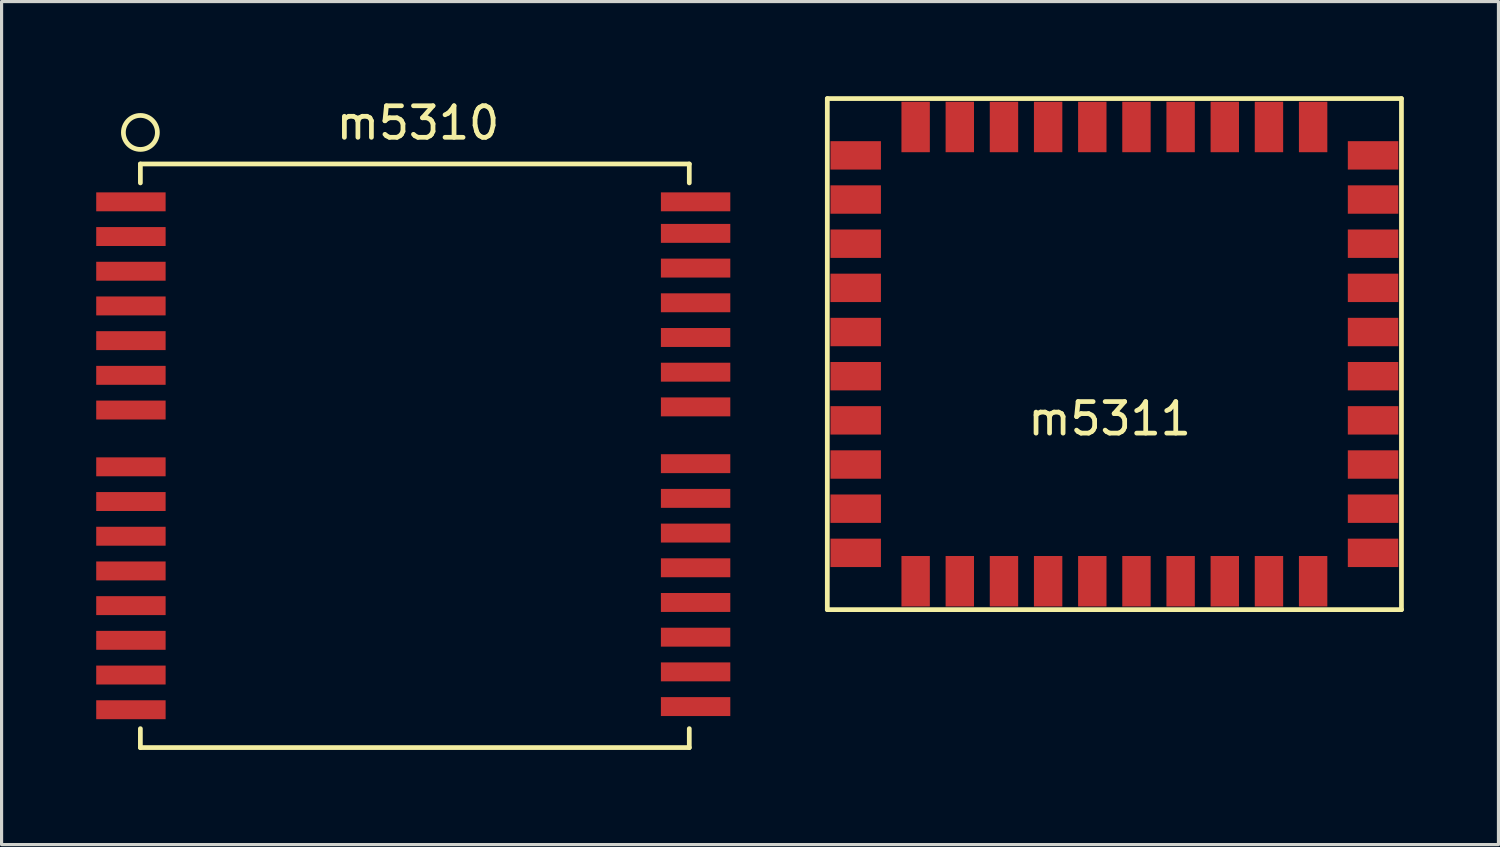
<source format=kicad_pcb>
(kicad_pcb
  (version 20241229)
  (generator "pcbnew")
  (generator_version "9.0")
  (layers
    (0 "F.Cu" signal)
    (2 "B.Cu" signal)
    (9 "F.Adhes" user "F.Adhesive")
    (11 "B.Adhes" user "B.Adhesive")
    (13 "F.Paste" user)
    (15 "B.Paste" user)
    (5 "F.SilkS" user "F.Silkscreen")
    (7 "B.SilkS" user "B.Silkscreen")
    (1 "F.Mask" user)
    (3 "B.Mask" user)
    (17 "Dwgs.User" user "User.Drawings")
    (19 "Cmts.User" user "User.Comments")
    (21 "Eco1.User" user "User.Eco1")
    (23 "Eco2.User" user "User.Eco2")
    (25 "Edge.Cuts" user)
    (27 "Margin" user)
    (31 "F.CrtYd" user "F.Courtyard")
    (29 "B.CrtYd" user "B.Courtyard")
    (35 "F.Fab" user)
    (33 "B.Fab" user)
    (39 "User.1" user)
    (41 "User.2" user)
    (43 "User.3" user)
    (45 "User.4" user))
  (footprint "m5310"
    (layer "F.Cu")
    (at 1.4 3.348)
    (property "Reference" "m5310" (at 8.8 -2.5 0) (layer "F.SilkS") (effects (font (size 1 1) (thickness 0.15))))
    (attr through_hole)
    (fp_line (start 0 -1.2) (end 17.4 -1.2) (stroke (width 0.15) (type solid)) (layer "F.SilkS"))
    (fp_line (start 0 -0.6) (end 0 -1.2) (stroke (width 0.15) (type solid)) (layer "F.SilkS"))
    (fp_line (start 0 16.7) (end 0 17.3) (stroke (width 0.15) (type solid)) (layer "F.SilkS"))
    (fp_line (start 0 17.3) (end 17.4 17.3) (stroke (width 0.15) (type solid)) (layer "F.SilkS"))
    (fp_line (start 17.4 -0.6) (end 17.4 -1.2) (stroke (width 0.15) (type solid)) (layer "F.SilkS"))
    (fp_line (start 17.4 17.3) (end 17.4 16.7) (stroke (width 0.15) (type solid)) (layer "F.SilkS"))
    (fp_circle (center 0 -2.2) (end 0.2 -2.7) (stroke (width 0.15) (type solid)) (fill no) (layer "F.SilkS"))
    (pad "1" smd rect (at -0.3 0) (size 2.2 0.6) (layers "F.Cu" "F.Mask" "F.Paste"))
    (pad "2" smd rect (at -0.3 1.1) (size 2.2 0.6) (layers "F.Cu" "F.Mask" "F.Paste"))
    (pad "3" smd rect (at -0.3 2.2) (size 2.2 0.6) (layers "F.Cu" "F.Mask" "F.Paste"))
    (pad "4" smd rect (at -0.3 3.3) (size 2.2 0.6) (layers "F.Cu" "F.Mask" "F.Paste"))
    (pad "5" smd rect (at -0.3 4.4) (size 2.2 0.6) (layers "F.Cu" "F.Mask" "F.Paste"))
    (pad "6" smd rect (at -0.3 5.5) (size 2.2 0.6) (layers "F.Cu" "F.Mask" "F.Paste"))
    (pad "7" smd rect (at -0.3 6.6) (size 2.2 0.6) (layers "F.Cu" "F.Mask" "F.Paste"))
    (pad "8" smd rect (at -0.3 8.4) (size 2.2 0.6) (layers "F.Cu" "F.Mask" "F.Paste"))
    (pad "9" smd rect (at -0.3 9.5) (size 2.2 0.6) (layers "F.Cu" "F.Mask" "F.Paste"))
    (pad "10" smd rect (at -0.3 10.6) (size 2.2 0.6) (layers "F.Cu" "F.Mask" "F.Paste"))
    (pad "11" smd rect (at -0.3 11.7) (size 2.2 0.6) (layers "F.Cu" "F.Mask" "F.Paste"))
    (pad "12" smd rect (at -0.3 12.8) (size 2.2 0.6) (layers "F.Cu" "F.Mask" "F.Paste"))
    (pad "13" smd rect (at -0.3 13.9) (size 2.2 0.6) (layers "F.Cu" "F.Mask" "F.Paste"))
    (pad "14" smd rect (at -0.3 15) (size 2.2 0.6) (layers "F.Cu" "F.Mask" "F.Paste"))
    (pad "15" smd rect (at -0.3 16.1) (size 2.2 0.6) (layers "F.Cu" "F.Mask" "F.Paste"))
    (pad "16" smd rect (at 17.6 16) (size 2.2 0.6) (layers "F.Cu" "F.Mask" "F.Paste"))
    (pad "17" smd rect (at 17.6 14.9) (size 2.2 0.6) (layers "F.Cu" "F.Mask" "F.Paste"))
    (pad "18" smd rect (at 17.6 13.8) (size 2.2 0.6) (layers "F.Cu" "F.Mask" "F.Paste"))
    (pad "19" smd rect (at 17.6 12.7) (size 2.2 0.6) (layers "F.Cu" "F.Mask" "F.Paste"))
    (pad "20" smd rect (at 17.6 11.6) (size 2.2 0.6) (layers "F.Cu" "F.Mask" "F.Paste"))
    (pad "21" smd rect (at 17.6 10.5) (size 2.2 0.6) (layers "F.Cu" "F.Mask" "F.Paste"))
    (pad "22" smd rect (at 17.6 9.4) (size 2.2 0.6) (layers "F.Cu" "F.Mask" "F.Paste"))
    (pad "23" smd rect (at 17.6 8.3) (size 2.2 0.6) (layers "F.Cu" "F.Mask" "F.Paste"))
    (pad "24" smd rect (at 17.6 6.5) (size 2.2 0.6) (layers "F.Cu" "F.Mask" "F.Paste"))
    (pad "25" smd rect (at 17.6 5.4) (size 2.2 0.6) (layers "F.Cu" "F.Mask" "F.Paste"))
    (pad "26" smd rect (at 17.6 4.3) (size 2.2 0.6) (layers "F.Cu" "F.Mask" "F.Paste"))
    (pad "27" smd rect (at 17.6 3.2) (size 2.2 0.6) (layers "F.Cu" "F.Mask" "F.Paste"))
    (pad "28" smd rect (at 17.6 2.1) (size 2.2 0.6) (layers "F.Cu" "F.Mask" "F.Paste"))
    (pad "29" smd rect (at 17.6 1) (size 2.2 0.6) (layers "F.Cu" "F.Mask" "F.Paste"))
    (pad "30" smd rect (at 17.6 0) (size 2.2 0.6) (layers "F.Cu" "F.Mask" "F.Paste")))
  (footprint "m5311"
    (layer "F.Cu")
    (at 32.275 8.175)
    (property "Reference" "m5311" (at -0.15 2.05 0) (layer "F.SilkS") (effects (font (size 1 1) (thickness 0.15))))
    (attr through_hole)
    (fp_line (start -9.1 -8.1) (end 9.1 -8.1) (stroke (width 0.15) (type solid)) (layer "F.SilkS"))
    (fp_line (start -9.1 8.1) (end -9.1 -8.1) (stroke (width 0.15) (type solid)) (layer "F.SilkS"))
    (fp_line (start 9.1 -8.1) (end 9.1 8.1) (stroke (width 0.15) (type solid)) (layer "F.SilkS"))
    (fp_line (start 9.1 8.1) (end -9.1 8.1) (stroke (width 0.15) (type solid)) (layer "F.SilkS"))
    (pad "1" smd rect (at -8.2 -6.3) (size 1.6 0.9) (layers "F.Cu" "F.Mask" "F.Paste"))
    (pad "2" smd rect (at -8.2 -4.9) (size 1.6 0.9) (layers "F.Cu" "F.Mask" "F.Paste"))
    (pad "3" smd rect (at -8.2 -3.5) (size 1.6 0.9) (layers "F.Cu" "F.Mask" "F.Paste"))
    (pad "4" smd rect (at -8.2 -2.1) (size 1.6 0.9) (layers "F.Cu" "F.Mask" "F.Paste"))
    (pad "5" smd rect (at -8.2 -0.7) (size 1.6 0.9) (layers "F.Cu" "F.Mask" "F.Paste"))
    (pad "6" smd rect (at -8.2 0.7) (size 1.6 0.9) (layers "F.Cu" "F.Mask" "F.Paste"))
    (pad "7" smd rect (at -8.2 2.1) (size 1.6 0.9) (layers "F.Cu" "F.Mask" "F.Paste"))
    (pad "8" smd rect (at -8.2 3.5) (size 1.6 0.9) (layers "F.Cu" "F.Mask" "F.Paste"))
    (pad "9" smd rect (at -8.2 4.9) (size 1.6 0.9) (layers "F.Cu" "F.Mask" "F.Paste"))
    (pad "10" smd rect (at -8.2 6.3) (size 1.6 0.9) (layers "F.Cu" "F.Mask" "F.Paste"))
    (pad "11" smd rect (at -6.3 7.2) (size 0.9 1.6) (layers "F.Cu" "F.Mask" "F.Paste"))
    (pad "12" smd rect (at -4.9 7.2) (size 0.9 1.6) (layers "F.Cu" "F.Mask" "F.Paste"))
    (pad "13" smd rect (at -3.5 7.2) (size 0.9 1.6) (layers "F.Cu" "F.Mask" "F.Paste"))
    (pad "14" smd rect (at -2.1 7.2) (size 0.9 1.6) (layers "F.Cu" "F.Mask" "F.Paste"))
    (pad "15" smd rect (at -0.7 7.2) (size 0.9 1.6) (layers "F.Cu" "F.Mask" "F.Paste"))
    (pad "16" smd rect (at 0.7 7.2) (size 0.9 1.6) (layers "F.Cu" "F.Mask" "F.Paste"))
    (pad "17" smd rect (at 2.1 7.2) (size 0.9 1.6) (layers "F.Cu" "F.Mask" "F.Paste"))
    (pad "18" smd rect (at 3.5 7.2) (size 0.9 1.6) (layers "F.Cu" "F.Mask" "F.Paste"))
    (pad "19" smd rect (at 4.9 7.2) (size 0.9 1.6) (layers "F.Cu" "F.Mask" "F.Paste"))
    (pad "20" smd rect (at 6.3 7.2) (size 0.9 1.6) (layers "F.Cu" "F.Mask" "F.Paste"))
    (pad "21" smd rect (at 8.2 6.3) (size 1.6 0.9) (layers "F.Cu" "F.Mask" "F.Paste"))
    (pad "22" smd rect (at 8.2 4.9) (size 1.6 0.9) (layers "F.Cu" "F.Mask" "F.Paste"))
    (pad "23" smd rect (at 8.2 3.5) (size 1.6 0.9) (layers "F.Cu" "F.Mask" "F.Paste"))
    (pad "24" smd rect (at 8.2 2.1) (size 1.6 0.9) (layers "F.Cu" "F.Mask" "F.Paste"))
    (pad "25" smd rect (at 8.2 0.7) (size 1.6 0.9) (layers "F.Cu" "F.Mask" "F.Paste"))
    (pad "26" smd rect (at 8.2 -0.7) (size 1.6 0.9) (layers "F.Cu" "F.Mask" "F.Paste"))
    (pad "27" smd rect (at 8.2 -2.1) (size 1.6 0.9) (layers "F.Cu" "F.Mask" "F.Paste"))
    (pad "28" smd rect (at 8.2 -3.5) (size 1.6 0.9) (layers "F.Cu" "F.Mask" "F.Paste"))
    (pad "29" smd rect (at 8.2 -4.9) (size 1.6 0.9) (layers "F.Cu" "F.Mask" "F.Paste"))
    (pad "30" smd rect (at 8.2 -6.3) (size 1.6 0.9) (layers "F.Cu" "F.Mask" "F.Paste"))
    (pad "31" smd rect (at 6.3 -7.2) (size 0.9 1.6) (layers "F.Cu" "F.Mask" "F.Paste"))
    (pad "32" smd rect (at 4.9 -7.2) (size 0.9 1.6) (layers "F.Cu" "F.Mask" "F.Paste"))
    (pad "33" smd rect (at 3.5 -7.2) (size 0.9 1.6) (layers "F.Cu" "F.Mask" "F.Paste"))
    (pad "34" smd rect (at 2.1 -7.2) (size 0.9 1.6) (layers "F.Cu" "F.Mask" "F.Paste"))
    (pad "35" smd rect (at 0.7 -7.2) (size 0.9 1.6) (layers "F.Cu" "F.Mask" "F.Paste"))
    (pad "36" smd rect (at -0.7 -7.2) (size 0.9 1.6) (layers "F.Cu" "F.Mask" "F.Paste"))
    (pad "37" smd rect (at -2.1 -7.2) (size 0.9 1.6) (layers "F.Cu" "F.Mask" "F.Paste"))
    (pad "38" smd rect (at -3.5 -7.2) (size 0.9 1.6) (layers "F.Cu" "F.Mask" "F.Paste"))
    (pad "39" smd rect (at -4.9 -7.2) (size 0.9 1.6) (layers "F.Cu" "F.Mask" "F.Paste"))
    (pad "40" smd rect (at -6.3 -7.2) (size 0.9 1.6) (layers "F.Cu" "F.Mask" "F.Paste")))
  (gr_rect
    (start -3 -3)
    (end 44.45 23.723)
    (stroke (width 0.1) (type default))
    (fill no)
    (layer "Edge.Cuts")))
</source>
